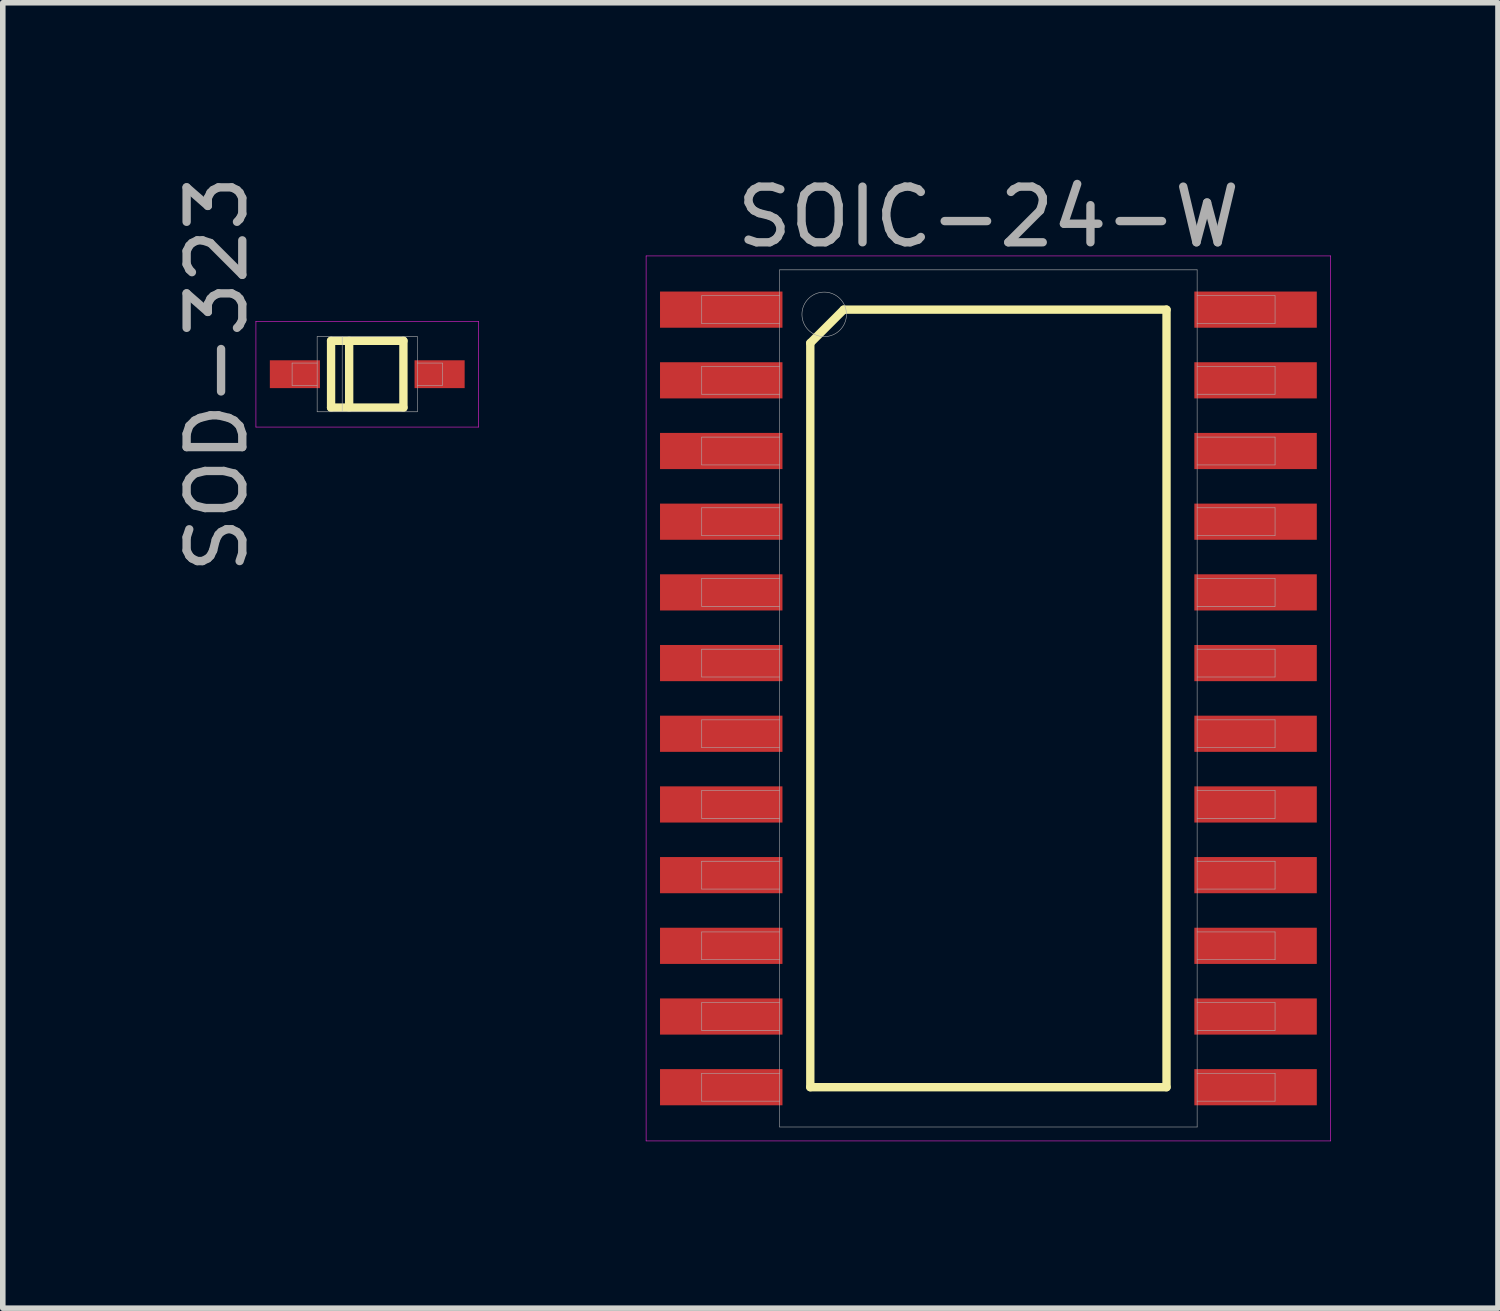
<source format=kicad_pcb>
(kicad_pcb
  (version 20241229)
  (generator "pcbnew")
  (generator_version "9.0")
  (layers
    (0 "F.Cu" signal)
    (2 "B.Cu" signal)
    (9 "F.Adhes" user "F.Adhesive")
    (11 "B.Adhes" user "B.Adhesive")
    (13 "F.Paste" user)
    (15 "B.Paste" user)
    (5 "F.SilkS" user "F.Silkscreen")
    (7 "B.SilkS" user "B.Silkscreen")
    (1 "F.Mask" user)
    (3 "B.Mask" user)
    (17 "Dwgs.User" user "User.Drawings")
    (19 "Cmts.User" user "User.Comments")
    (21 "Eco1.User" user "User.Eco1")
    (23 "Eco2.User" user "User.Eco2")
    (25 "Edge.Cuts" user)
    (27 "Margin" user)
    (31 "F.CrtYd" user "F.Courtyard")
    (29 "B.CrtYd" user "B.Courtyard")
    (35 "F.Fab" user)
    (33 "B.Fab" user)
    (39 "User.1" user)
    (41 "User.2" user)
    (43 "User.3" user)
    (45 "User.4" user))
  (footprint "SOD-323"
    (layer "F.Cu")
    (at 3.548 3.673)
    (property "Reference" "SOD-323" (at -2.7 0 90) (layer "F.Fab") (effects (font (size 1 1) (thickness 0.15))))
    (attr through_hole)
    (fp_line (start -0.65 -0.6) (end 0.65 -0.6) (stroke (width 0.15) (type solid)) (layer "F.SilkS"))
    (fp_line (start -0.65 0.6) (end -0.65 -0.6) (stroke (width 0.15) (type solid)) (layer "F.SilkS"))
    (fp_line (start -0.325 -0.6) (end -0.325 0.6) (stroke (width 0.15) (type solid)) (layer "F.SilkS"))
    (fp_line (start 0.65 -0.6) (end 0.65 0.6) (stroke (width 0.15) (type solid)) (layer "F.SilkS"))
    (fp_line (start 0.65 0.6) (end -0.65 0.6) (stroke (width 0.15) (type solid)) (layer "F.SilkS"))
    (fp_line (start -2 -0.95) (end 2 -0.95) (stroke (width 0.01) (type solid)) (layer "F.CrtYd"))
    (fp_line (start -2 0.95) (end -2 -0.95) (stroke (width 0.01) (type solid)) (layer "F.CrtYd"))
    (fp_line (start 2 -0.95) (end 2 0.95) (stroke (width 0.01) (type solid)) (layer "F.CrtYd"))
    (fp_line (start 2 0.95) (end -2 0.95) (stroke (width 0.01) (type solid)) (layer "F.CrtYd"))
    (fp_line (start -1.35 -0.2) (end -1.35 0.2) (stroke (width 0.01) (type solid)) (layer "F.Fab"))
    (fp_line (start -1.35 -0.2) (end -0.9 -0.2) (stroke (width 0.01) (type solid)) (layer "F.Fab"))
    (fp_line (start -1.35 0.2) (end -0.9 0.2) (stroke (width 0.01) (type solid)) (layer "F.Fab"))
    (fp_line (start -0.9 -0.675) (end 0.9 -0.675) (stroke (width 0.01) (type solid)) (layer "F.Fab"))
    (fp_line (start -0.9 0.675) (end -0.9 -0.675) (stroke (width 0.01) (type solid)) (layer "F.Fab"))
    (fp_line (start -0.45 -0.675) (end -0.45 0.675) (stroke (width 0.01) (type solid)) (layer "F.Fab"))
    (fp_line (start 0.9 -0.675) (end 0.9 0.675) (stroke (width 0.01) (type solid)) (layer "F.Fab"))
    (fp_line (start 0.9 0.675) (end -0.9 0.675) (stroke (width 0.01) (type solid)) (layer "F.Fab"))
    (fp_line (start 1.35 -0.2) (end 0.9 -0.2) (stroke (width 0.01) (type solid)) (layer "F.Fab"))
    (fp_line (start 1.35 -0.2) (end 1.35 0.2) (stroke (width 0.01) (type solid)) (layer "F.Fab"))
    (fp_line (start 1.35 0.2) (end 0.9 0.2) (stroke (width 0.01) (type solid)) (layer "F.Fab"))
    (pad "1" smd rect (at -1.3 0) (size 0.9 0.5) (layers "F.Cu" "F.Mask" "F.Paste"))
    (pad "2" smd rect (at 1.3 0) (size 0.9 0.5) (layers "F.Cu" "F.Mask" "F.Paste")))
  (footprint "SOIC-24-W"
    (layer "F.Cu")
    (at 14.708 9.498)
    (property "Reference" "SOIC-24-W" (at 0 -8.65 0) (layer "F.Fab") (effects (font (size 1 1) (thickness 0.15))))
    (attr through_hole)
    (fp_line (start -3.2 -6.385) (end -2.6 -6.985) (stroke (width 0.15) (type solid)) (layer "F.SilkS"))
    (fp_line (start -3.2 6.985) (end -3.2 -6.385) (stroke (width 0.15) (type solid)) (layer "F.SilkS"))
    (fp_line (start -2.6 -6.985) (end 3.2 -6.985) (stroke (width 0.15) (type solid)) (layer "F.SilkS"))
    (fp_line (start 3.2 -6.985) (end 3.2 6.985) (stroke (width 0.15) (type solid)) (layer "F.SilkS"))
    (fp_line (start 3.2 6.985) (end -3.2 6.985) (stroke (width 0.15) (type solid)) (layer "F.SilkS"))
    (fp_line (start -6.15 -7.95) (end 6.15 -7.95) (stroke (width 0.01) (type solid)) (layer "F.CrtYd"))
    (fp_line (start -6.15 7.95) (end -6.15 -7.95) (stroke (width 0.01) (type solid)) (layer "F.CrtYd"))
    (fp_line (start 6.15 -7.95) (end 6.15 7.95) (stroke (width 0.01) (type solid)) (layer "F.CrtYd"))
    (fp_line (start 6.15 7.95) (end -6.15 7.95) (stroke (width 0.01) (type solid)) (layer "F.CrtYd"))
    (fp_line (start -5.15 -7.235) (end -3.75 -7.235) (stroke (width 0.01) (type solid)) (layer "F.Fab"))
    (fp_line (start -5.15 -6.735) (end -5.15 -7.235) (stroke (width 0.01) (type solid)) (layer "F.Fab"))
    (fp_line (start -5.15 -5.965) (end -3.75 -5.965) (stroke (width 0.01) (type solid)) (layer "F.Fab"))
    (fp_line (start -5.15 -5.465) (end -5.15 -5.965) (stroke (width 0.01) (type solid)) (layer "F.Fab"))
    (fp_line (start -5.15 -4.695) (end -3.75 -4.695) (stroke (width 0.01) (type solid)) (layer "F.Fab"))
    (fp_line (start -5.15 -4.195) (end -5.15 -4.695) (stroke (width 0.01) (type solid)) (layer "F.Fab"))
    (fp_line (start -5.15 -3.425) (end -3.75 -3.425) (stroke (width 0.01) (type solid)) (layer "F.Fab"))
    (fp_line (start -5.15 -2.925) (end -5.15 -3.425) (stroke (width 0.01) (type solid)) (layer "F.Fab"))
    (fp_line (start -5.15 -2.155) (end -3.75 -2.155) (stroke (width 0.01) (type solid)) (layer "F.Fab"))
    (fp_line (start -5.15 -1.655) (end -5.15 -2.155) (stroke (width 0.01) (type solid)) (layer "F.Fab"))
    (fp_line (start -5.15 -0.885) (end -3.75 -0.885) (stroke (width 0.01) (type solid)) (layer "F.Fab"))
    (fp_line (start -5.15 -0.385) (end -5.15 -0.885) (stroke (width 0.01) (type solid)) (layer "F.Fab"))
    (fp_line (start -5.15 0.385) (end -3.75 0.385) (stroke (width 0.01) (type solid)) (layer "F.Fab"))
    (fp_line (start -5.15 0.885) (end -5.15 0.385) (stroke (width 0.01) (type solid)) (layer "F.Fab"))
    (fp_line (start -5.15 1.655) (end -3.75 1.655) (stroke (width 0.01) (type solid)) (layer "F.Fab"))
    (fp_line (start -5.15 2.155) (end -5.15 1.655) (stroke (width 0.01) (type solid)) (layer "F.Fab"))
    (fp_line (start -5.15 2.925) (end -3.75 2.925) (stroke (width 0.01) (type solid)) (layer "F.Fab"))
    (fp_line (start -5.15 3.425) (end -5.15 2.925) (stroke (width 0.01) (type solid)) (layer "F.Fab"))
    (fp_line (start -5.15 4.195) (end -3.75 4.195) (stroke (width 0.01) (type solid)) (layer "F.Fab"))
    (fp_line (start -5.15 4.695) (end -5.15 4.195) (stroke (width 0.01) (type solid)) (layer "F.Fab"))
    (fp_line (start -5.15 5.465) (end -3.75 5.465) (stroke (width 0.01) (type solid)) (layer "F.Fab"))
    (fp_line (start -5.15 5.965) (end -5.15 5.465) (stroke (width 0.01) (type solid)) (layer "F.Fab"))
    (fp_line (start -5.15 6.735) (end -3.75 6.735) (stroke (width 0.01) (type solid)) (layer "F.Fab"))
    (fp_line (start -5.15 7.235) (end -5.15 6.735) (stroke (width 0.01) (type solid)) (layer "F.Fab"))
    (fp_line (start -3.75 -7.7) (end 3.75 -7.7) (stroke (width 0.01) (type solid)) (layer "F.Fab"))
    (fp_line (start -3.75 -6.735) (end -5.15 -6.735) (stroke (width 0.01) (type solid)) (layer "F.Fab"))
    (fp_line (start -3.75 -5.465) (end -5.15 -5.465) (stroke (width 0.01) (type solid)) (layer "F.Fab"))
    (fp_line (start -3.75 -4.195) (end -5.15 -4.195) (stroke (width 0.01) (type solid)) (layer "F.Fab"))
    (fp_line (start -3.75 -2.925) (end -5.15 -2.925) (stroke (width 0.01) (type solid)) (layer "F.Fab"))
    (fp_line (start -3.75 -1.655) (end -5.15 -1.655) (stroke (width 0.01) (type solid)) (layer "F.Fab"))
    (fp_line (start -3.75 -0.385) (end -5.15 -0.385) (stroke (width 0.01) (type solid)) (layer "F.Fab"))
    (fp_line (start -3.75 0.885) (end -5.15 0.885) (stroke (width 0.01) (type solid)) (layer "F.Fab"))
    (fp_line (start -3.75 2.155) (end -5.15 2.155) (stroke (width 0.01) (type solid)) (layer "F.Fab"))
    (fp_line (start -3.75 3.425) (end -5.15 3.425) (stroke (width 0.01) (type solid)) (layer "F.Fab"))
    (fp_line (start -3.75 4.695) (end -5.15 4.695) (stroke (width 0.01) (type solid)) (layer "F.Fab"))
    (fp_line (start -3.75 5.965) (end -5.15 5.965) (stroke (width 0.01) (type solid)) (layer "F.Fab"))
    (fp_line (start -3.75 7.235) (end -5.15 7.235) (stroke (width 0.01) (type solid)) (layer "F.Fab"))
    (fp_line (start -3.75 7.7) (end -3.75 -7.7) (stroke (width 0.01) (type solid)) (layer "F.Fab"))
    (fp_line (start 3.75 -7.7) (end 3.75 7.7) (stroke (width 0.01) (type solid)) (layer "F.Fab"))
    (fp_line (start 3.75 -7.235) (end 5.15 -7.235) (stroke (width 0.01) (type solid)) (layer "F.Fab"))
    (fp_line (start 3.75 -5.965) (end 5.15 -5.965) (stroke (width 0.01) (type solid)) (layer "F.Fab"))
    (fp_line (start 3.75 -4.695) (end 5.15 -4.695) (stroke (width 0.01) (type solid)) (layer "F.Fab"))
    (fp_line (start 3.75 -3.425) (end 5.15 -3.425) (stroke (width 0.01) (type solid)) (layer "F.Fab"))
    (fp_line (start 3.75 -2.155) (end 5.15 -2.155) (stroke (width 0.01) (type solid)) (layer "F.Fab"))
    (fp_line (start 3.75 -0.885) (end 5.15 -0.885) (stroke (width 0.01) (type solid)) (layer "F.Fab"))
    (fp_line (start 3.75 0.385) (end 5.15 0.385) (stroke (width 0.01) (type solid)) (layer "F.Fab"))
    (fp_line (start 3.75 1.655) (end 5.15 1.655) (stroke (width 0.01) (type solid)) (layer "F.Fab"))
    (fp_line (start 3.75 2.925) (end 5.15 2.925) (stroke (width 0.01) (type solid)) (layer "F.Fab"))
    (fp_line (start 3.75 4.195) (end 5.15 4.195) (stroke (width 0.01) (type solid)) (layer "F.Fab"))
    (fp_line (start 3.75 5.465) (end 5.15 5.465) (stroke (width 0.01) (type solid)) (layer "F.Fab"))
    (fp_line (start 3.75 6.735) (end 5.15 6.735) (stroke (width 0.01) (type solid)) (layer "F.Fab"))
    (fp_line (start 3.75 7.7) (end -3.75 7.7) (stroke (width 0.01) (type solid)) (layer "F.Fab"))
    (fp_line (start 5.15 -7.235) (end 5.15 -6.735) (stroke (width 0.01) (type solid)) (layer "F.Fab"))
    (fp_line (start 5.15 -6.735) (end 3.75 -6.735) (stroke (width 0.01) (type solid)) (layer "F.Fab"))
    (fp_line (start 5.15 -5.965) (end 5.15 -5.465) (stroke (width 0.01) (type solid)) (layer "F.Fab"))
    (fp_line (start 5.15 -5.465) (end 3.75 -5.465) (stroke (width 0.01) (type solid)) (layer "F.Fab"))
    (fp_line (start 5.15 -4.695) (end 5.15 -4.195) (stroke (width 0.01) (type solid)) (layer "F.Fab"))
    (fp_line (start 5.15 -4.195) (end 3.75 -4.195) (stroke (width 0.01) (type solid)) (layer "F.Fab"))
    (fp_line (start 5.15 -3.425) (end 5.15 -2.925) (stroke (width 0.01) (type solid)) (layer "F.Fab"))
    (fp_line (start 5.15 -2.925) (end 3.75 -2.925) (stroke (width 0.01) (type solid)) (layer "F.Fab"))
    (fp_line (start 5.15 -2.155) (end 5.15 -1.655) (stroke (width 0.01) (type solid)) (layer "F.Fab"))
    (fp_line (start 5.15 -1.655) (end 3.75 -1.655) (stroke (width 0.01) (type solid)) (layer "F.Fab"))
    (fp_line (start 5.15 -0.885) (end 5.15 -0.385) (stroke (width 0.01) (type solid)) (layer "F.Fab"))
    (fp_line (start 5.15 -0.385) (end 3.75 -0.385) (stroke (width 0.01) (type solid)) (layer "F.Fab"))
    (fp_line (start 5.15 0.385) (end 5.15 0.885) (stroke (width 0.01) (type solid)) (layer "F.Fab"))
    (fp_line (start 5.15 0.885) (end 3.75 0.885) (stroke (width 0.01) (type solid)) (layer "F.Fab"))
    (fp_line (start 5.15 1.655) (end 5.15 2.155) (stroke (width 0.01) (type solid)) (layer "F.Fab"))
    (fp_line (start 5.15 2.155) (end 3.75 2.155) (stroke (width 0.01) (type solid)) (layer "F.Fab"))
    (fp_line (start 5.15 2.925) (end 5.15 3.425) (stroke (width 0.01) (type solid)) (layer "F.Fab"))
    (fp_line (start 5.15 3.425) (end 3.75 3.425) (stroke (width 0.01) (type solid)) (layer "F.Fab"))
    (fp_line (start 5.15 4.195) (end 5.15 4.695) (stroke (width 0.01) (type solid)) (layer "F.Fab"))
    (fp_line (start 5.15 4.695) (end 3.75 4.695) (stroke (width 0.01) (type solid)) (layer "F.Fab"))
    (fp_line (start 5.15 5.465) (end 5.15 5.965) (stroke (width 0.01) (type solid)) (layer "F.Fab"))
    (fp_line (start 5.15 5.965) (end 3.75 5.965) (stroke (width 0.01) (type solid)) (layer "F.Fab"))
    (fp_line (start 5.15 6.735) (end 5.15 7.235) (stroke (width 0.01) (type solid)) (layer "F.Fab"))
    (fp_line (start 5.15 7.235) (end 3.75 7.235) (stroke (width 0.01) (type solid)) (layer "F.Fab"))
    (fp_circle (center -2.95 -6.9) (end -2.95 -6.5) (stroke (width 0.01) (type solid)) (fill no) (layer "F.Fab"))
    (pad "1" smd rect (at -4.8 -6.985) (size 2.2 0.65) (layers "F.Cu" "F.Mask" "F.Paste"))
    (pad "2" smd rect (at -4.8 -5.715) (size 2.2 0.65) (layers "F.Cu" "F.Mask" "F.Paste"))
    (pad "3" smd rect (at -4.8 -4.445) (size 2.2 0.65) (layers "F.Cu" "F.Mask" "F.Paste"))
    (pad "4" smd rect (at -4.8 -3.175) (size 2.2 0.65) (layers "F.Cu" "F.Mask" "F.Paste"))
    (pad "5" smd rect (at -4.8 -1.905) (size 2.2 0.65) (layers "F.Cu" "F.Mask" "F.Paste"))
    (pad "6" smd rect (at -4.8 -0.635) (size 2.2 0.65) (layers "F.Cu" "F.Mask" "F.Paste"))
    (pad "7" smd rect (at -4.8 0.635) (size 2.2 0.65) (layers "F.Cu" "F.Mask" "F.Paste"))
    (pad "8" smd rect (at -4.8 1.905) (size 2.2 0.65) (layers "F.Cu" "F.Mask" "F.Paste"))
    (pad "9" smd rect (at -4.8 3.175) (size 2.2 0.65) (layers "F.Cu" "F.Mask" "F.Paste"))
    (pad "10" smd rect (at -4.8 4.445) (size 2.2 0.65) (layers "F.Cu" "F.Mask" "F.Paste"))
    (pad "11" smd rect (at -4.8 5.715) (size 2.2 0.65) (layers "F.Cu" "F.Mask" "F.Paste"))
    (pad "12" smd rect (at -4.8 6.985) (size 2.2 0.65) (layers "F.Cu" "F.Mask" "F.Paste"))
    (pad "13" smd rect (at 4.8 6.985) (size 2.2 0.65) (layers "F.Cu" "F.Mask" "F.Paste"))
    (pad "14" smd rect (at 4.8 5.715) (size 2.2 0.65) (layers "F.Cu" "F.Mask" "F.Paste"))
    (pad "15" smd rect (at 4.8 4.445) (size 2.2 0.65) (layers "F.Cu" "F.Mask" "F.Paste"))
    (pad "16" smd rect (at 4.8 3.175) (size 2.2 0.65) (layers "F.Cu" "F.Mask" "F.Paste"))
    (pad "17" smd rect (at 4.8 1.905) (size 2.2 0.65) (layers "F.Cu" "F.Mask" "F.Paste"))
    (pad "18" smd rect (at 4.8 0.635) (size 2.2 0.65) (layers "F.Cu" "F.Mask" "F.Paste"))
    (pad "19" smd rect (at 4.8 -0.635) (size 2.2 0.65) (layers "F.Cu" "F.Mask" "F.Paste"))
    (pad "20" smd rect (at 4.8 -1.905) (size 2.2 0.65) (layers "F.Cu" "F.Mask" "F.Paste"))
    (pad "21" smd rect (at 4.8 -3.175) (size 2.2 0.65) (layers "F.Cu" "F.Mask" "F.Paste"))
    (pad "22" smd rect (at 4.8 -4.445) (size 2.2 0.65) (layers "F.Cu" "F.Mask" "F.Paste"))
    (pad "23" smd rect (at 4.8 -5.715) (size 2.2 0.65) (layers "F.Cu" "F.Mask" "F.Paste"))
    (pad "24" smd rect (at 4.8 -6.985) (size 2.2 0.65) (layers "F.Cu" "F.Mask" "F.Paste")))
  (gr_rect
    (start -3 -3)
    (end 23.863 20.453)
    (stroke (width 0.1) (type default))
    (fill no)
    (layer "Edge.Cuts")))
</source>
